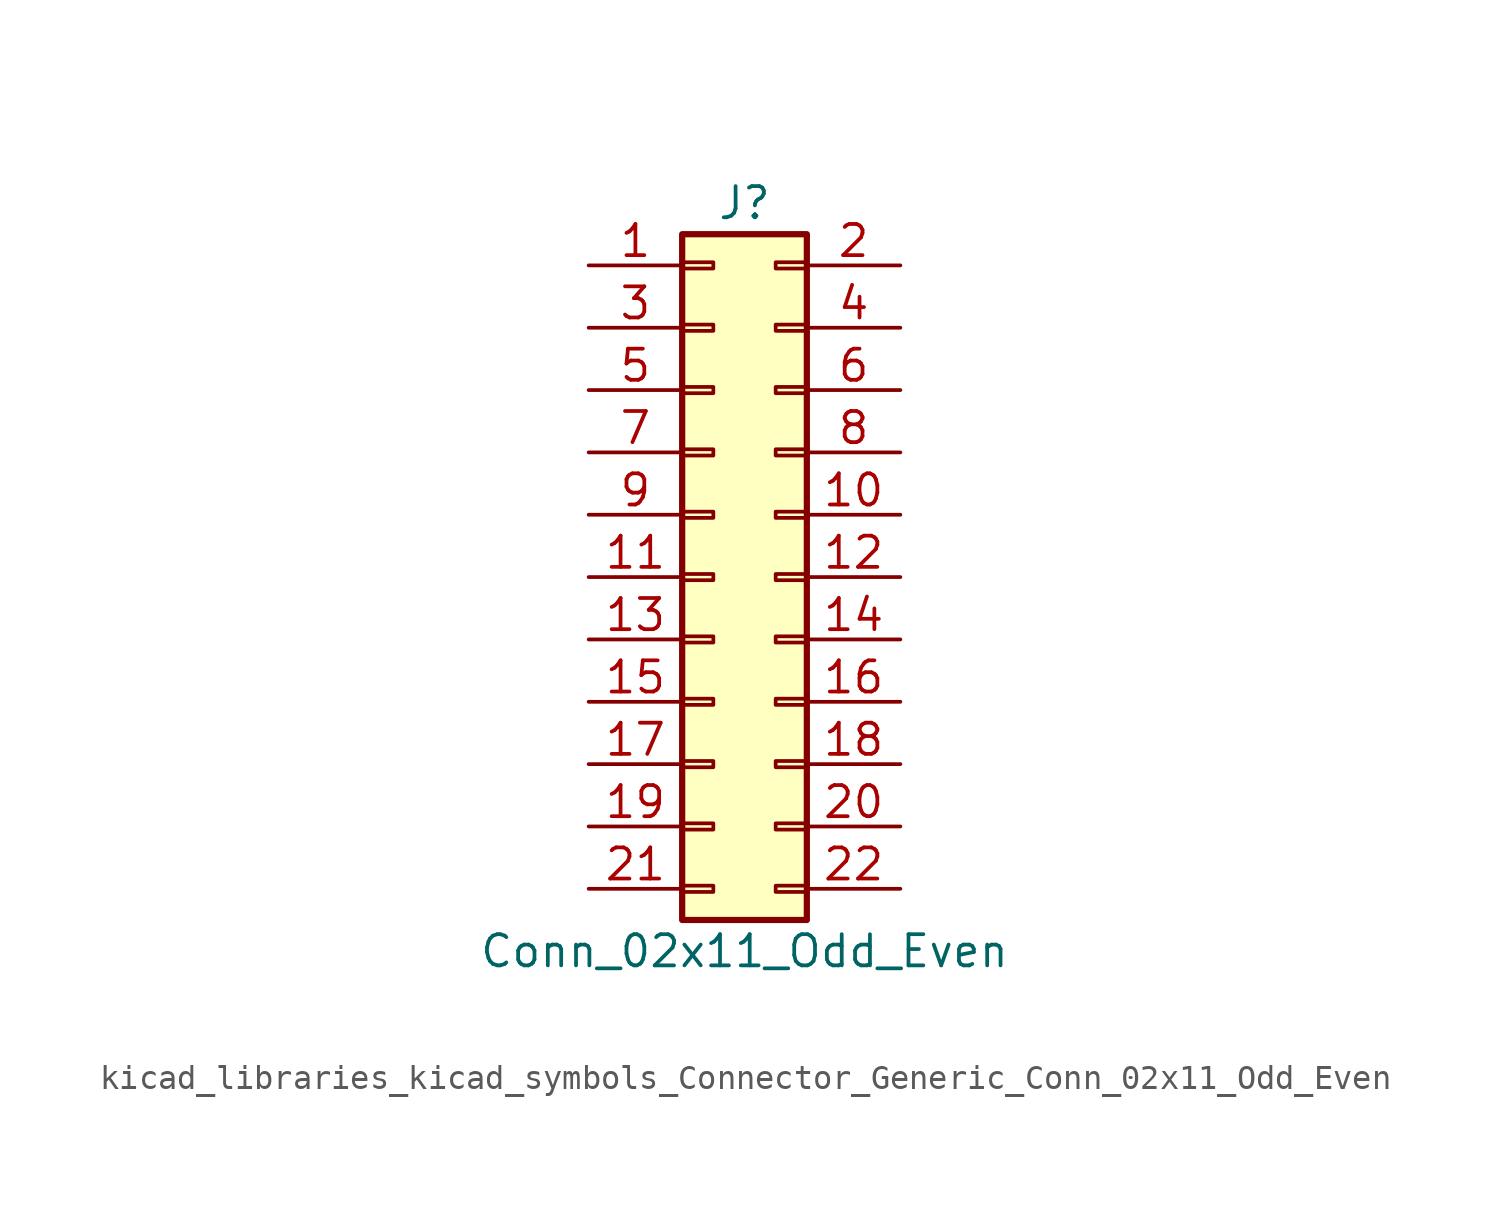
<source format=kicad_sym>
(kicad_symbol_lib
  (version 20220914)
  (generator kicad_symbol_editor)
  (symbol "kicad_libraries_kicad_symbols_Connector_Generic_Conn_02x11_Odd_Even"
    (pin_names
      (offset 1.016) hide)
    (property "Reference" "J"
      (at 1.27 15.24 0)
      (effects (font (size 1.27 1.27))))
    (property "Value" "Conn_02x11_Odd_Even"
      (at 1.27 -15.24 0)
      (effects (font (size 1.27 1.27))))
    (symbol "kicad_libraries_kicad_symbols_Connector_Generic_Conn_02x11_Odd_Even_1_1"
      (rectangle (start -1.27 -12.573) (end 0 -12.827) (stroke (width 0.152) (type default)) (fill (type none)))
      (rectangle (start -1.27 -10.033) (end 0 -10.287) (stroke (width 0.152) (type default)) (fill (type none)))
      (rectangle (start -1.27 -7.493) (end 0 -7.747) (stroke (width 0.152) (type default)) (fill (type none)))
      (rectangle (start -1.27 -4.953) (end 0 -5.207) (stroke (width 0.152) (type default)) (fill (type none)))
      (rectangle (start -1.27 -2.413) (end 0 -2.667) (stroke (width 0.152) (type default)) (fill (type none)))
      (rectangle (start -1.27 0.127) (end 0 -0.127) (stroke (width 0.152) (type default)) (fill (type none)))
      (rectangle (start -1.27 2.667) (end 0 2.413) (stroke (width 0.152) (type default)) (fill (type none)))
      (rectangle (start -1.27 5.207) (end 0 4.953) (stroke (width 0.152) (type default)) (fill (type none)))
      (rectangle (start -1.27 7.747) (end 0 7.493) (stroke (width 0.152) (type default)) (fill (type none)))
      (rectangle (start -1.27 10.287) (end 0 10.033) (stroke (width 0.152) (type default)) (fill (type none)))
      (rectangle (start -1.27 12.827) (end 0 12.573) (stroke (width 0.152) (type default)) (fill (type none)))
      (rectangle (start -1.27 13.97) (end 3.81 -13.97) (stroke (width 0.254) (type default)) (fill (type background)))
      (rectangle (start 3.81 -12.573) (end 2.54 -12.827) (stroke (width 0.152) (type default)) (fill (type none)))
      (rectangle (start 3.81 -10.033) (end 2.54 -10.287) (stroke (width 0.152) (type default)) (fill (type none)))
      (rectangle (start 3.81 -7.493) (end 2.54 -7.747) (stroke (width 0.152) (type default)) (fill (type none)))
      (rectangle (start 3.81 -4.953) (end 2.54 -5.207) (stroke (width 0.152) (type default)) (fill (type none)))
      (rectangle (start 3.81 -2.413) (end 2.54 -2.667) (stroke (width 0.152) (type default)) (fill (type none)))
      (rectangle (start 3.81 0.127) (end 2.54 -0.127) (stroke (width 0.152) (type default)) (fill (type none)))
      (rectangle (start 3.81 2.667) (end 2.54 2.413) (stroke (width 0.152) (type default)) (fill (type none)))
      (rectangle (start 3.81 5.207) (end 2.54 4.953) (stroke (width 0.152) (type default)) (fill (type none)))
      (rectangle (start 3.81 7.747) (end 2.54 7.493) (stroke (width 0.152) (type default)) (fill (type none)))
      (rectangle (start 3.81 10.287) (end 2.54 10.033) (stroke (width 0.152) (type default)) (fill (type none)))
      (rectangle (start 3.81 12.827) (end 2.54 12.573) (stroke (width 0.152) (type default)) (fill (type none)))
      (pin passive line (at -5.08 12.7 0) (length 3.81) (name "Pin_1" (effects (font (size 1.27 1.27)))) (number "1" (effects (font (size 1.27 1.27)))))
      (pin passive line (at 7.62 2.54 180) (length 3.81) (name "Pin_10" (effects (font (size 1.27 1.27)))) (number "10" (effects (font (size 1.27 1.27)))))
      (pin passive line (at -5.08 0 0) (length 3.81) (name "Pin_11" (effects (font (size 1.27 1.27)))) (number "11" (effects (font (size 1.27 1.27)))))
      (pin passive line (at 7.62 0 180) (length 3.81) (name "Pin_12" (effects (font (size 1.27 1.27)))) (number "12" (effects (font (size 1.27 1.27)))))
      (pin passive line (at -5.08 -2.54 0) (length 3.81) (name "Pin_13" (effects (font (size 1.27 1.27)))) (number "13" (effects (font (size 1.27 1.27)))))
      (pin passive line (at 7.62 -2.54 180) (length 3.81) (name "Pin_14" (effects (font (size 1.27 1.27)))) (number "14" (effects (font (size 1.27 1.27)))))
      (pin passive line (at -5.08 -5.08 0) (length 3.81) (name "Pin_15" (effects (font (size 1.27 1.27)))) (number "15" (effects (font (size 1.27 1.27)))))
      (pin passive line (at 7.62 -5.08 180) (length 3.81) (name "Pin_16" (effects (font (size 1.27 1.27)))) (number "16" (effects (font (size 1.27 1.27)))))
      (pin passive line (at -5.08 -7.62 0) (length 3.81) (name "Pin_17" (effects (font (size 1.27 1.27)))) (number "17" (effects (font (size 1.27 1.27)))))
      (pin passive line (at 7.62 -7.62 180) (length 3.81) (name "Pin_18" (effects (font (size 1.27 1.27)))) (number "18" (effects (font (size 1.27 1.27)))))
      (pin passive line (at -5.08 -10.16 0) (length 3.81) (name "Pin_19" (effects (font (size 1.27 1.27)))) (number "19" (effects (font (size 1.27 1.27)))))
      (pin passive line (at 7.62 12.7 180) (length 3.81) (name "Pin_2" (effects (font (size 1.27 1.27)))) (number "2" (effects (font (size 1.27 1.27)))))
      (pin passive line (at 7.62 -10.16 180) (length 3.81) (name "Pin_20" (effects (font (size 1.27 1.27)))) (number "20" (effects (font (size 1.27 1.27)))))
      (pin passive line (at -5.08 -12.7 0) (length 3.81) (name "Pin_21" (effects (font (size 1.27 1.27)))) (number "21" (effects (font (size 1.27 1.27)))))
      (pin passive line (at 7.62 -12.7 180) (length 3.81) (name "Pin_22" (effects (font (size 1.27 1.27)))) (number "22" (effects (font (size 1.27 1.27)))))
      (pin passive line (at -5.08 10.16 0) (length 3.81) (name "Pin_3" (effects (font (size 1.27 1.27)))) (number "3" (effects (font (size 1.27 1.27)))))
      (pin passive line (at 7.62 10.16 180) (length 3.81) (name "Pin_4" (effects (font (size 1.27 1.27)))) (number "4" (effects (font (size 1.27 1.27)))))
      (pin passive line (at -5.08 7.62 0) (length 3.81) (name "Pin_5" (effects (font (size 1.27 1.27)))) (number "5" (effects (font (size 1.27 1.27)))))
      (pin passive line (at 7.62 7.62 180) (length 3.81) (name "Pin_6" (effects (font (size 1.27 1.27)))) (number "6" (effects (font (size 1.27 1.27)))))
      (pin passive line (at -5.08 5.08 0) (length 3.81) (name "Pin_7" (effects (font (size 1.27 1.27)))) (number "7" (effects (font (size 1.27 1.27)))))
      (pin passive line (at 7.62 5.08 180) (length 3.81) (name "Pin_8" (effects (font (size 1.27 1.27)))) (number "8" (effects (font (size 1.27 1.27)))))
      (pin passive line (at -5.08 2.54 0) (length 3.81) (name "Pin_9" (effects (font (size 1.27 1.27)))) (number "9" (effects (font (size 1.27 1.27))))))))
</source>
